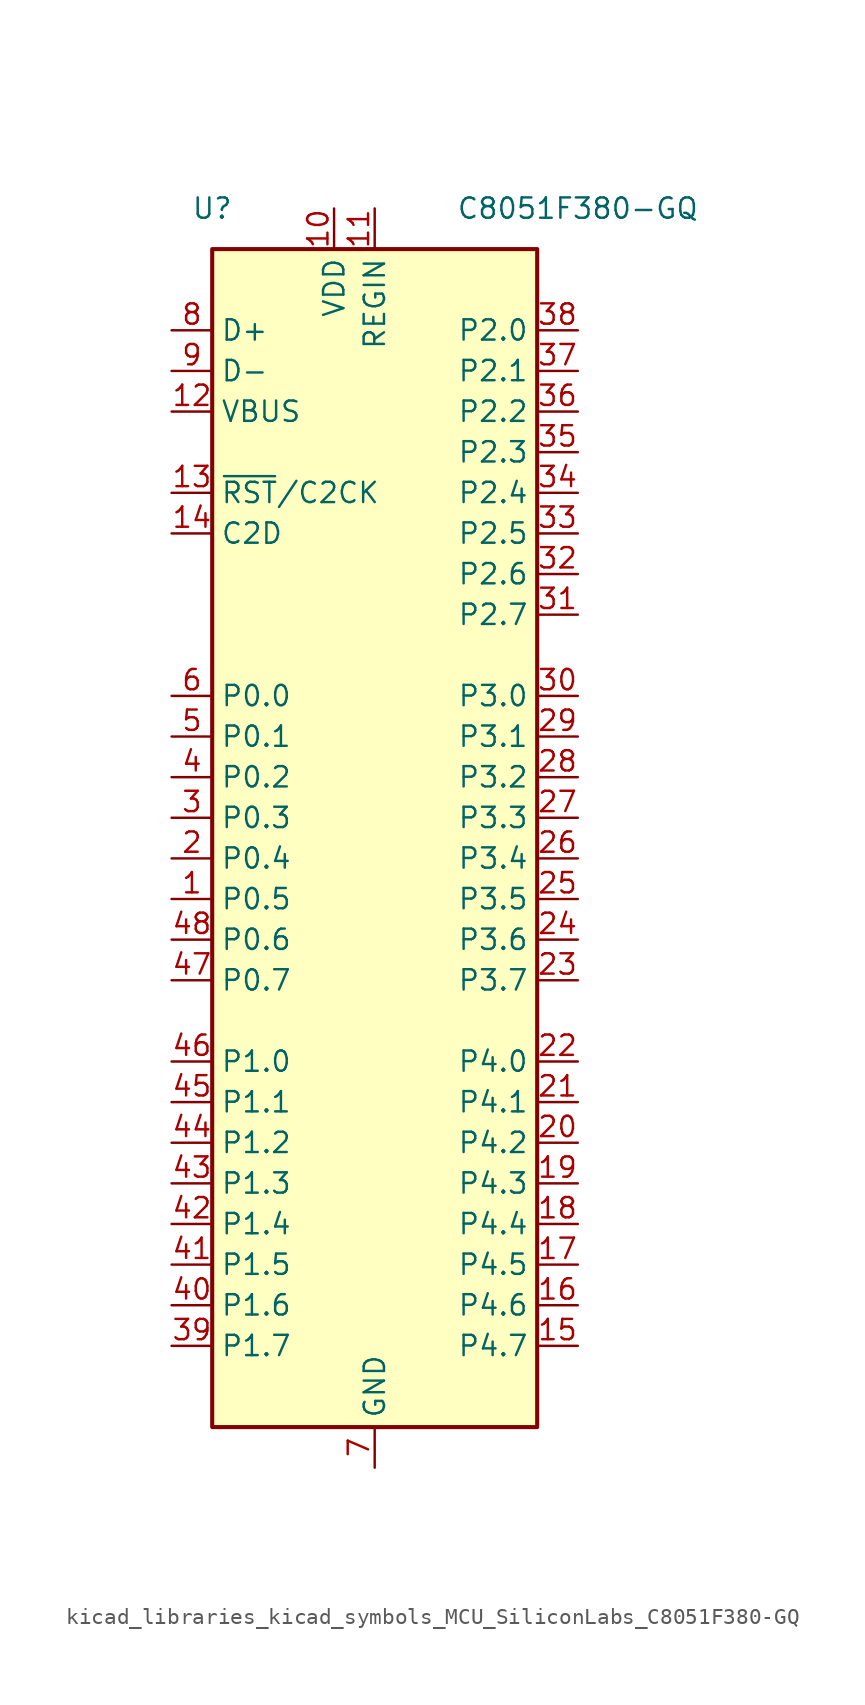
<source format=kicad_sym>
(kicad_symbol_lib
  (version 20220914)
  (generator kicad_symbol_editor)
  (symbol "kicad_libraries_kicad_symbols_MCU_SiliconLabs_C8051F380-GQ"
    (property "Reference" "U"
      (at -10.16 40.64 0)
      (effects (font (size 1.27 1.27))))
    (property "Value" "C8051F380-GQ"
      (at 12.7 40.64 0)
      (effects (font (size 1.27 1.27))))
    (symbol "kicad_libraries_kicad_symbols_MCU_SiliconLabs_C8051F380-GQ_0_1"
      (rectangle (start -10.16 38.1) (end 10.16 -35.56) (stroke (width 0.254) (type default)) (fill (type background))))
    (symbol "kicad_libraries_kicad_symbols_MCU_SiliconLabs_C8051F380-GQ_1_1"
      (pin bidirectional line (at -12.7 -2.54 0) (length 2.54) (name "P0.5" (effects (font (size 1.27 1.27)))) (number "1" (effects (font (size 1.27 1.27)))))
      (pin power_in line (at -2.54 40.64 270) (length 2.54) (name "VDD" (effects (font (size 1.27 1.27)))) (number "10" (effects (font (size 1.27 1.27)))))
      (pin power_in line (at 0 40.64 270) (length 2.54) (name "REGIN" (effects (font (size 1.27 1.27)))) (number "11" (effects (font (size 1.27 1.27)))))
      (pin input line (at -12.7 27.94 0) (length 2.54) (name "VBUS" (effects (font (size 1.27 1.27)))) (number "12" (effects (font (size 1.27 1.27)))))
      (pin input line (at -12.7 22.86 0) (length 2.54) (name "~{RST}/C2CK" (effects (font (size 1.27 1.27)))) (number "13" (effects (font (size 1.27 1.27)))))
      (pin bidirectional line (at -12.7 20.32 0) (length 2.54) (name "C2D" (effects (font (size 1.27 1.27)))) (number "14" (effects (font (size 1.27 1.27)))))
      (pin bidirectional line (at 12.7 -30.48 180) (length 2.54) (name "P4.7" (effects (font (size 1.27 1.27)))) (number "15" (effects (font (size 1.27 1.27)))))
      (pin bidirectional line (at 12.7 -27.94 180) (length 2.54) (name "P4.6" (effects (font (size 1.27 1.27)))) (number "16" (effects (font (size 1.27 1.27)))))
      (pin bidirectional line (at 12.7 -25.4 180) (length 2.54) (name "P4.5" (effects (font (size 1.27 1.27)))) (number "17" (effects (font (size 1.27 1.27)))))
      (pin bidirectional line (at 12.7 -22.86 180) (length 2.54) (name "P4.4" (effects (font (size 1.27 1.27)))) (number "18" (effects (font (size 1.27 1.27)))))
      (pin bidirectional line (at 12.7 -20.32 180) (length 2.54) (name "P4.3" (effects (font (size 1.27 1.27)))) (number "19" (effects (font (size 1.27 1.27)))))
      (pin bidirectional line (at -12.7 0 0) (length 2.54) (name "P0.4" (effects (font (size 1.27 1.27)))) (number "2" (effects (font (size 1.27 1.27)))))
      (pin bidirectional line (at 12.7 -17.78 180) (length 2.54) (name "P4.2" (effects (font (size 1.27 1.27)))) (number "20" (effects (font (size 1.27 1.27)))))
      (pin bidirectional line (at 12.7 -15.24 180) (length 2.54) (name "P4.1" (effects (font (size 1.27 1.27)))) (number "21" (effects (font (size 1.27 1.27)))))
      (pin bidirectional line (at 12.7 -12.7 180) (length 2.54) (name "P4.0" (effects (font (size 1.27 1.27)))) (number "22" (effects (font (size 1.27 1.27)))))
      (pin bidirectional line (at 12.7 -7.62 180) (length 2.54) (name "P3.7" (effects (font (size 1.27 1.27)))) (number "23" (effects (font (size 1.27 1.27)))))
      (pin bidirectional line (at 12.7 -5.08 180) (length 2.54) (name "P3.6" (effects (font (size 1.27 1.27)))) (number "24" (effects (font (size 1.27 1.27)))))
      (pin bidirectional line (at 12.7 -2.54 180) (length 2.54) (name "P3.5" (effects (font (size 1.27 1.27)))) (number "25" (effects (font (size 1.27 1.27)))))
      (pin bidirectional line (at 12.7 0 180) (length 2.54) (name "P3.4" (effects (font (size 1.27 1.27)))) (number "26" (effects (font (size 1.27 1.27)))))
      (pin bidirectional line (at 12.7 2.54 180) (length 2.54) (name "P3.3" (effects (font (size 1.27 1.27)))) (number "27" (effects (font (size 1.27 1.27)))))
      (pin bidirectional line (at 12.7 5.08 180) (length 2.54) (name "P3.2" (effects (font (size 1.27 1.27)))) (number "28" (effects (font (size 1.27 1.27)))))
      (pin bidirectional line (at 12.7 7.62 180) (length 2.54) (name "P3.1" (effects (font (size 1.27 1.27)))) (number "29" (effects (font (size 1.27 1.27)))))
      (pin bidirectional line (at -12.7 2.54 0) (length 2.54) (name "P0.3" (effects (font (size 1.27 1.27)))) (number "3" (effects (font (size 1.27 1.27)))))
      (pin bidirectional line (at 12.7 10.16 180) (length 2.54) (name "P3.0" (effects (font (size 1.27 1.27)))) (number "30" (effects (font (size 1.27 1.27)))))
      (pin bidirectional line (at 12.7 15.24 180) (length 2.54) (name "P2.7" (effects (font (size 1.27 1.27)))) (number "31" (effects (font (size 1.27 1.27)))))
      (pin bidirectional line (at 12.7 17.78 180) (length 2.54) (name "P2.6" (effects (font (size 1.27 1.27)))) (number "32" (effects (font (size 1.27 1.27)))))
      (pin bidirectional line (at 12.7 20.32 180) (length 2.54) (name "P2.5" (effects (font (size 1.27 1.27)))) (number "33" (effects (font (size 1.27 1.27)))))
      (pin bidirectional line (at 12.7 22.86 180) (length 2.54) (name "P2.4" (effects (font (size 1.27 1.27)))) (number "34" (effects (font (size 1.27 1.27)))))
      (pin bidirectional line (at 12.7 25.4 180) (length 2.54) (name "P2.3" (effects (font (size 1.27 1.27)))) (number "35" (effects (font (size 1.27 1.27)))))
      (pin bidirectional line (at 12.7 27.94 180) (length 2.54) (name "P2.2" (effects (font (size 1.27 1.27)))) (number "36" (effects (font (size 1.27 1.27)))))
      (pin bidirectional line (at 12.7 30.48 180) (length 2.54) (name "P2.1" (effects (font (size 1.27 1.27)))) (number "37" (effects (font (size 1.27 1.27)))))
      (pin bidirectional line (at 12.7 33.02 180) (length 2.54) (name "P2.0" (effects (font (size 1.27 1.27)))) (number "38" (effects (font (size 1.27 1.27)))))
      (pin bidirectional line (at -12.7 -30.48 0) (length 2.54) (name "P1.7" (effects (font (size 1.27 1.27)))) (number "39" (effects (font (size 1.27 1.27)))))
      (pin bidirectional line (at -12.7 5.08 0) (length 2.54) (name "P0.2" (effects (font (size 1.27 1.27)))) (number "4" (effects (font (size 1.27 1.27)))))
      (pin bidirectional line (at -12.7 -27.94 0) (length 2.54) (name "P1.6" (effects (font (size 1.27 1.27)))) (number "40" (effects (font (size 1.27 1.27)))))
      (pin bidirectional line (at -12.7 -25.4 0) (length 2.54) (name "P1.5" (effects (font (size 1.27 1.27)))) (number "41" (effects (font (size 1.27 1.27)))))
      (pin bidirectional line (at -12.7 -22.86 0) (length 2.54) (name "P1.4" (effects (font (size 1.27 1.27)))) (number "42" (effects (font (size 1.27 1.27)))))
      (pin bidirectional line (at -12.7 -20.32 0) (length 2.54) (name "P1.3" (effects (font (size 1.27 1.27)))) (number "43" (effects (font (size 1.27 1.27)))))
      (pin bidirectional line (at -12.7 -17.78 0) (length 2.54) (name "P1.2" (effects (font (size 1.27 1.27)))) (number "44" (effects (font (size 1.27 1.27)))))
      (pin bidirectional line (at -12.7 -15.24 0) (length 2.54) (name "P1.1" (effects (font (size 1.27 1.27)))) (number "45" (effects (font (size 1.27 1.27)))))
      (pin bidirectional line (at -12.7 -12.7 0) (length 2.54) (name "P1.0" (effects (font (size 1.27 1.27)))) (number "46" (effects (font (size 1.27 1.27)))))
      (pin bidirectional line (at -12.7 -7.62 0) (length 2.54) (name "P0.7" (effects (font (size 1.27 1.27)))) (number "47" (effects (font (size 1.27 1.27)))))
      (pin bidirectional line (at -12.7 -5.08 0) (length 2.54) (name "P0.6" (effects (font (size 1.27 1.27)))) (number "48" (effects (font (size 1.27 1.27)))))
      (pin bidirectional line (at -12.7 7.62 0) (length 2.54) (name "P0.1" (effects (font (size 1.27 1.27)))) (number "5" (effects (font (size 1.27 1.27)))))
      (pin bidirectional line (at -12.7 10.16 0) (length 2.54) (name "P0.0" (effects (font (size 1.27 1.27)))) (number "6" (effects (font (size 1.27 1.27)))))
      (pin power_in line (at 0 -38.1 90) (length 2.54) (name "GND" (effects (font (size 1.27 1.27)))) (number "7" (effects (font (size 1.27 1.27)))))
      (pin bidirectional line (at -12.7 33.02 0) (length 2.54) (name "D+" (effects (font (size 1.27 1.27)))) (number "8" (effects (font (size 1.27 1.27)))))
      (pin bidirectional line (at -12.7 30.48 0) (length 2.54) (name "D-" (effects (font (size 1.27 1.27)))) (number "9" (effects (font (size 1.27 1.27))))))))
</source>
